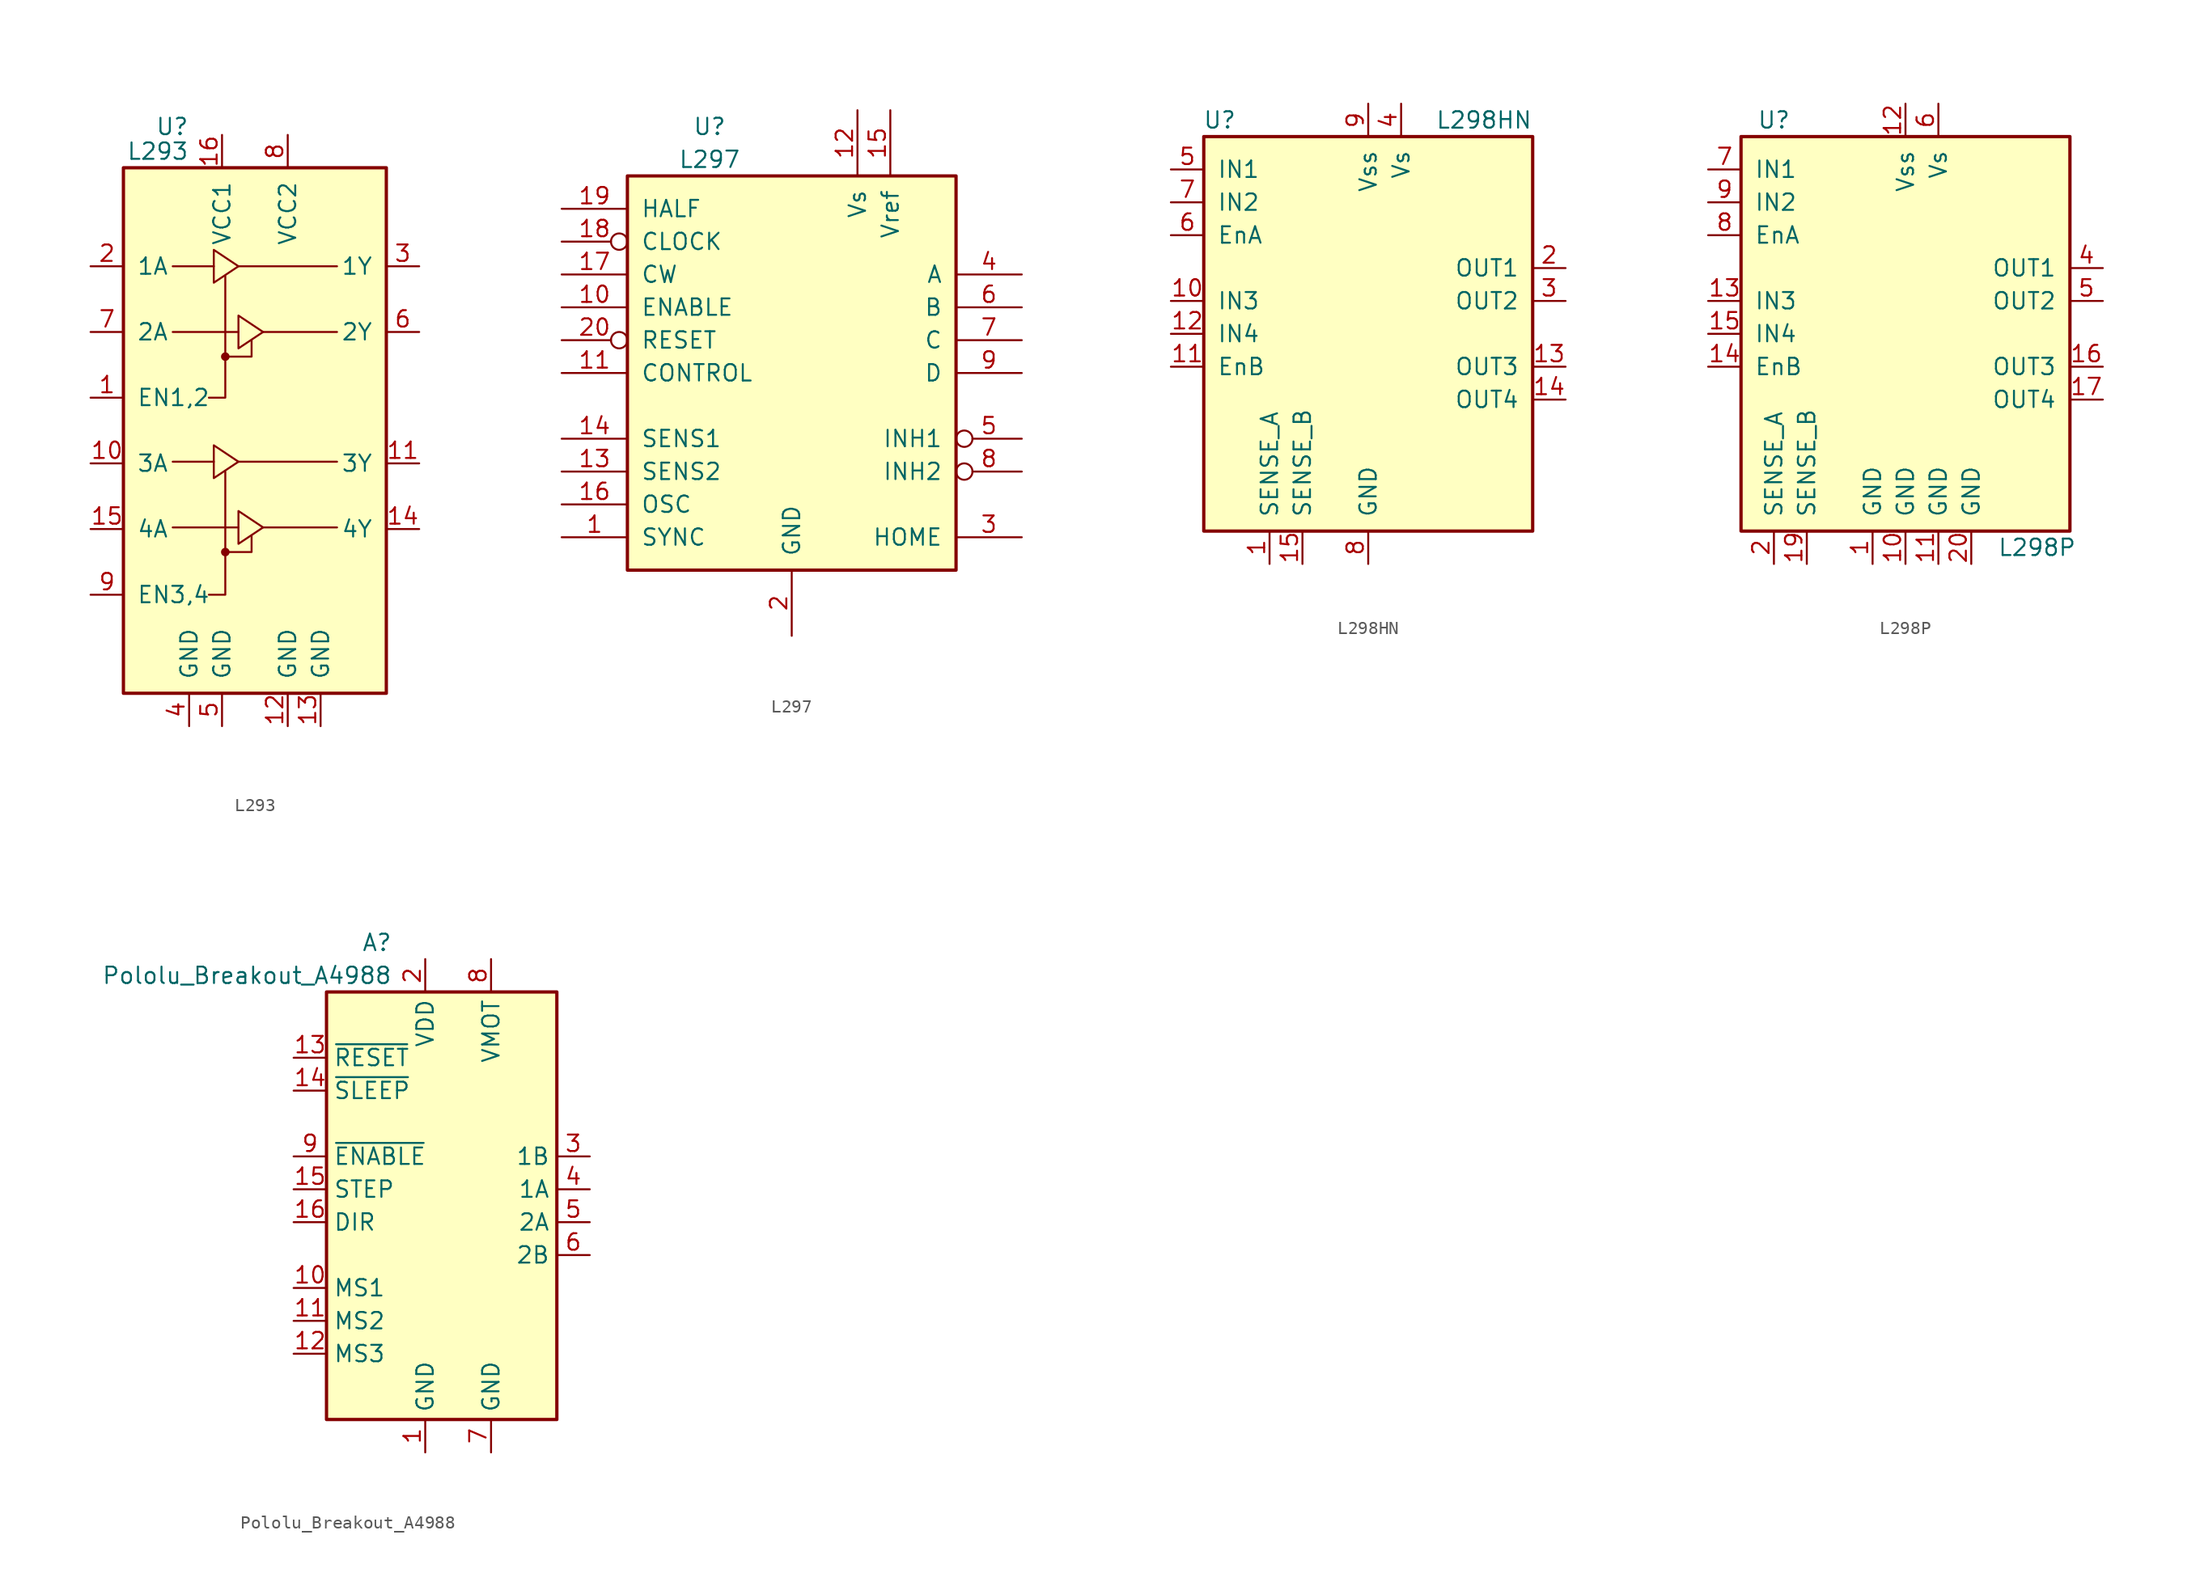
<source format=kicad_sym>
(kicad_symbol_lib
  (version 20211014)
  (generator kicad_symbol_editor)
  (symbol "L293"
    (pin_names
      (offset 1.016))
    (property "Reference" "U"
      (at -5.08 26.035 0)
      (effects (font (size 1.27 1.27)) (justify right)))
    (property "Value" "L293"
      (at -5.08 24.13 0)
      (effects (font (size 1.27 1.27)) (justify right)))
    (symbol "L293_0_1"
      (rectangle (start -10.16 22.86) (end 10.16 -17.78) (stroke (width 0.254) (type default) (color 0 0 0 0)) (fill (type background)))
      (circle (center -2.286 -6.858) (radius 0.254) (stroke (width 0) (type default) (color 0 0 0 0)) (fill (type outline)))
      (circle (center -2.286 8.255) (radius 0.254) (stroke (width 0) (type default) (color 0 0 0 0)) (fill (type outline)))
      (polyline (pts (xy -6.35 -4.953) (xy -1.27 -4.953)) (stroke (width 0) (type default) (color 0 0 0 0)) (fill (type none)))
      (polyline (pts (xy -6.35 0.127) (xy -3.175 0.127)) (stroke (width 0) (type default) (color 0 0 0 0)) (fill (type none)))
      (polyline (pts (xy -6.35 10.16) (xy -1.27 10.16)) (stroke (width 0) (type default) (color 0 0 0 0)) (fill (type none)))
      (polyline (pts (xy -6.35 15.24) (xy -3.175 15.24)) (stroke (width 0) (type default) (color 0 0 0 0)) (fill (type none)))
      (polyline (pts (xy -1.27 0.127) (xy 6.35 0.127)) (stroke (width 0) (type default) (color 0 0 0 0)) (fill (type none)))
      (polyline (pts (xy -1.27 15.24) (xy 6.35 15.24)) (stroke (width 0) (type default) (color 0 0 0 0)) (fill (type none)))
      (polyline (pts (xy 0.635 -4.953) (xy 6.35 -4.953)) (stroke (width 0) (type default) (color 0 0 0 0)) (fill (type none)))
      (polyline (pts (xy 0.635 10.16) (xy 6.35 10.16)) (stroke (width 0) (type default) (color 0 0 0 0)) (fill (type none)))
      (polyline (pts (xy -2.286 -6.858) (xy -0.254 -6.858) (xy -0.254 -5.588)) (stroke (width 0) (type default) (color 0 0 0 0)) (fill (type none)))
      (polyline (pts (xy -2.286 -0.635) (xy -2.286 -10.16) (xy -3.556 -10.16)) (stroke (width 0) (type default) (color 0 0 0 0)) (fill (type none)))
      (polyline (pts (xy -2.286 8.255) (xy -0.254 8.255) (xy -0.254 9.525)) (stroke (width 0) (type default) (color 0 0 0 0)) (fill (type none)))
      (polyline (pts (xy -2.286 14.478) (xy -2.286 5.08) (xy -3.556 5.08)) (stroke (width 0) (type default) (color 0 0 0 0)) (fill (type none)))
      (polyline (pts (xy -3.175 1.397) (xy -3.175 -1.143) (xy -1.27 0.127) (xy -3.175 1.397)) (stroke (width 0) (type default) (color 0 0 0 0)) (fill (type none)))
      (polyline (pts (xy -3.175 16.51) (xy -3.175 13.97) (xy -1.27 15.24) (xy -3.175 16.51)) (stroke (width 0) (type default) (color 0 0 0 0)) (fill (type none)))
      (polyline (pts (xy -1.27 -3.683) (xy -1.27 -6.223) (xy 0.635 -4.953) (xy -1.27 -3.683)) (stroke (width 0) (type default) (color 0 0 0 0)) (fill (type none)))
      (polyline (pts (xy -1.27 11.43) (xy -1.27 8.89) (xy 0.635 10.16) (xy -1.27 11.43)) (stroke (width 0) (type default) (color 0 0 0 0)) (fill (type none))))
    (symbol "L293_1_1"
      (pin input line (at -12.7 5.08 0) (length 2.54) (name "EN1,2" (effects (font (size 1.27 1.27)))) (number "1" (effects (font (size 1.27 1.27)))))
      (pin input line (at -12.7 0 0) (length 2.54) (name "3A" (effects (font (size 1.27 1.27)))) (number "10" (effects (font (size 1.27 1.27)))))
      (pin output line (at 12.7 0 180) (length 2.54) (name "3Y" (effects (font (size 1.27 1.27)))) (number "11" (effects (font (size 1.27 1.27)))))
      (pin power_in line (at 2.54 -20.32 90) (length 2.54) (name "GND" (effects (font (size 1.27 1.27)))) (number "12" (effects (font (size 1.27 1.27)))))
      (pin power_in line (at 5.08 -20.32 90) (length 2.54) (name "GND" (effects (font (size 1.27 1.27)))) (number "13" (effects (font (size 1.27 1.27)))))
      (pin output line (at 12.7 -5.08 180) (length 2.54) (name "4Y" (effects (font (size 1.27 1.27)))) (number "14" (effects (font (size 1.27 1.27)))))
      (pin input line (at -12.7 -5.08 0) (length 2.54) (name "4A" (effects (font (size 1.27 1.27)))) (number "15" (effects (font (size 1.27 1.27)))))
      (pin power_in line (at -2.54 25.4 270) (length 2.54) (name "VCC1" (effects (font (size 1.27 1.27)))) (number "16" (effects (font (size 1.27 1.27)))))
      (pin input line (at -12.7 15.24 0) (length 2.54) (name "1A" (effects (font (size 1.27 1.27)))) (number "2" (effects (font (size 1.27 1.27)))))
      (pin output line (at 12.7 15.24 180) (length 2.54) (name "1Y" (effects (font (size 1.27 1.27)))) (number "3" (effects (font (size 1.27 1.27)))))
      (pin power_in line (at -5.08 -20.32 90) (length 2.54) (name "GND" (effects (font (size 1.27 1.27)))) (number "4" (effects (font (size 1.27 1.27)))))
      (pin power_in line (at -2.54 -20.32 90) (length 2.54) (name "GND" (effects (font (size 1.27 1.27)))) (number "5" (effects (font (size 1.27 1.27)))))
      (pin output line (at 12.7 10.16 180) (length 2.54) (name "2Y" (effects (font (size 1.27 1.27)))) (number "6" (effects (font (size 1.27 1.27)))))
      (pin input line (at -12.7 10.16 0) (length 2.54) (name "2A" (effects (font (size 1.27 1.27)))) (number "7" (effects (font (size 1.27 1.27)))))
      (pin power_in line (at 2.54 25.4 270) (length 2.54) (name "VCC2" (effects (font (size 1.27 1.27)))) (number "8" (effects (font (size 1.27 1.27)))))
      (pin input line (at -12.7 -10.16 0) (length 2.54) (name "EN3,4" (effects (font (size 1.27 1.27)))) (number "9" (effects (font (size 1.27 1.27)))))))
  (symbol "L297"
    (pin_names
      (offset 1.016))
    (property "Reference" "U"
      (at -6.35 19.05 0)
      (effects (font (size 1.27 1.27))))
    (property "Value" "L297"
      (at -6.35 16.51 0)
      (effects (font (size 1.27 1.27))))
    (symbol "L297_0_1"
      (rectangle (start -12.7 15.24) (end 12.7 -15.24) (stroke (width 0.254) (type default) (color 0 0 0 0)) (fill (type background))))
    (symbol "L297_1_0"
      (pin input line (at -17.78 0 0) (length 5.08) (name "CONTROL" (effects (font (size 1.27 1.27)))) (number "11" (effects (font (size 1.27 1.27)))))
      (pin power_in line (at 5.08 20.32 270) (length 5.08) (name "Vs" (effects (font (size 1.27 1.27)))) (number "12" (effects (font (size 1.27 1.27)))))
      (pin input line (at -17.78 -7.62 0) (length 5.08) (name "SENS2" (effects (font (size 1.27 1.27)))) (number "13" (effects (font (size 1.27 1.27)))))
      (pin input line (at -17.78 -5.08 0) (length 5.08) (name "SENS1" (effects (font (size 1.27 1.27)))) (number "14" (effects (font (size 1.27 1.27)))))
      (pin input line (at 7.62 20.32 270) (length 5.08) (name "Vref" (effects (font (size 1.27 1.27)))) (number "15" (effects (font (size 1.27 1.27)))))
      (pin input line (at -17.78 -10.16 0) (length 5.08) (name "OSC" (effects (font (size 1.27 1.27)))) (number "16" (effects (font (size 1.27 1.27)))))
      (pin input line (at -17.78 7.62 0) (length 5.08) (name "CW" (effects (font (size 1.27 1.27)))) (number "17" (effects (font (size 1.27 1.27)))))
      (pin input inverted (at -17.78 10.16 0) (length 5.08) (name "CLOCK" (effects (font (size 1.27 1.27)))) (number "18" (effects (font (size 1.27 1.27)))))
      (pin input line (at -17.78 12.7 0) (length 5.08) (name "HALF" (effects (font (size 1.27 1.27)))) (number "19" (effects (font (size 1.27 1.27)))))
      (pin input inverted (at -17.78 2.54 0) (length 5.08) (name "RESET" (effects (font (size 1.27 1.27)))) (number "20" (effects (font (size 1.27 1.27))))))
    (symbol "L297_1_1"
      (pin bidirectional line (at -17.78 -12.7 0) (length 5.08) (name "SYNC" (effects (font (size 1.27 1.27)))) (number "1" (effects (font (size 1.27 1.27)))))
      (pin input line (at -17.78 5.08 0) (length 5.08) (name "ENABLE" (effects (font (size 1.27 1.27)))) (number "10" (effects (font (size 1.27 1.27)))))
      (pin power_in line (at 0 -20.32 90) (length 5.08) (name "GND" (effects (font (size 1.27 1.27)))) (number "2" (effects (font (size 1.27 1.27)))))
      (pin open_collector line (at 17.78 -12.7 180) (length 5.08) (name "HOME" (effects (font (size 1.27 1.27)))) (number "3" (effects (font (size 1.27 1.27)))))
      (pin output line (at 17.78 7.62 180) (length 5.08) (name "A" (effects (font (size 1.27 1.27)))) (number "4" (effects (font (size 1.27 1.27)))))
      (pin output inverted (at 17.78 -5.08 180) (length 5.08) (name "INH1" (effects (font (size 1.27 1.27)))) (number "5" (effects (font (size 1.27 1.27)))))
      (pin output line (at 17.78 5.08 180) (length 5.08) (name "B" (effects (font (size 1.27 1.27)))) (number "6" (effects (font (size 1.27 1.27)))))
      (pin output line (at 17.78 2.54 180) (length 5.08) (name "C" (effects (font (size 1.27 1.27)))) (number "7" (effects (font (size 1.27 1.27)))))
      (pin output inverted (at 17.78 -7.62 180) (length 5.08) (name "INH2" (effects (font (size 1.27 1.27)))) (number "8" (effects (font (size 1.27 1.27)))))
      (pin output line (at 17.78 0 180) (length 5.08) (name "D" (effects (font (size 1.27 1.27)))) (number "9" (effects (font (size 1.27 1.27)))))))
  (symbol "L298HN"
    (pin_names
      (offset 1.016))
    (property "Reference" "U"
      (at -10.16 16.51 0)
      (effects (font (size 1.27 1.27)) (justify right)))
    (property "Value" "L298HN"
      (at 12.7 16.51 0)
      (effects (font (size 1.27 1.27)) (justify right)))
    (symbol "L298HN_0_1"
      (rectangle (start -12.7 15.24) (end 12.7 -15.24) (stroke (width 0.254) (type default) (color 0 0 0 0)) (fill (type background))))
    (symbol "L298HN_1_1"
      (pin power_in line (at -7.62 -17.78 90) (length 2.54) (name "SENSE_A" (effects (font (size 1.27 1.27)))) (number "1" (effects (font (size 1.27 1.27)))))
      (pin input line (at -15.24 2.54 0) (length 2.54) (name "IN3" (effects (font (size 1.27 1.27)))) (number "10" (effects (font (size 1.27 1.27)))))
      (pin input line (at -15.24 -2.54 0) (length 2.54) (name "EnB" (effects (font (size 1.27 1.27)))) (number "11" (effects (font (size 1.27 1.27)))))
      (pin input line (at -15.24 0 0) (length 2.54) (name "IN4" (effects (font (size 1.27 1.27)))) (number "12" (effects (font (size 1.27 1.27)))))
      (pin output line (at 15.24 -2.54 180) (length 2.54) (name "OUT3" (effects (font (size 1.27 1.27)))) (number "13" (effects (font (size 1.27 1.27)))))
      (pin output line (at 15.24 -5.08 180) (length 2.54) (name "OUT4" (effects (font (size 1.27 1.27)))) (number "14" (effects (font (size 1.27 1.27)))))
      (pin power_in line (at -5.08 -17.78 90) (length 2.54) (name "SENSE_B" (effects (font (size 1.27 1.27)))) (number "15" (effects (font (size 1.27 1.27)))))
      (pin output line (at 15.24 5.08 180) (length 2.54) (name "OUT1" (effects (font (size 1.27 1.27)))) (number "2" (effects (font (size 1.27 1.27)))))
      (pin output line (at 15.24 2.54 180) (length 2.54) (name "OUT2" (effects (font (size 1.27 1.27)))) (number "3" (effects (font (size 1.27 1.27)))))
      (pin power_in line (at 2.54 17.78 270) (length 2.54) (name "Vs" (effects (font (size 1.27 1.27)))) (number "4" (effects (font (size 1.27 1.27)))))
      (pin input line (at -15.24 12.7 0) (length 2.54) (name "IN1" (effects (font (size 1.27 1.27)))) (number "5" (effects (font (size 1.27 1.27)))))
      (pin input line (at -15.24 7.62 0) (length 2.54) (name "EnA" (effects (font (size 1.27 1.27)))) (number "6" (effects (font (size 1.27 1.27)))))
      (pin input line (at -15.24 10.16 0) (length 2.54) (name "IN2" (effects (font (size 1.27 1.27)))) (number "7" (effects (font (size 1.27 1.27)))))
      (pin power_in line (at 0 -17.78 90) (length 2.54) (name "GND" (effects (font (size 1.27 1.27)))) (number "8" (effects (font (size 1.27 1.27)))))
      (pin power_in line (at 0 17.78 270) (length 2.54) (name "Vss" (effects (font (size 1.27 1.27)))) (number "9" (effects (font (size 1.27 1.27)))))))
  (symbol "L298P"
    (pin_names
      (offset 1.016))
    (property "Reference" "U"
      (at -10.16 16.51 0)
      (effects (font (size 1.27 1.27))))
    (property "Value" "L298P"
      (at 10.16 -16.51 0)
      (effects (font (size 1.27 1.27))))
    (symbol "L298P_0_1"
      (rectangle (start -12.7 15.24) (end 12.7 -15.24) (stroke (width 0.254) (type default) (color 0 0 0 0)) (fill (type background))))
    (symbol "L298P_1_1"
      (pin power_in line (at -2.54 -17.78 90) (length 2.54) (name "GND" (effects (font (size 1.27 1.27)))) (number "1" (effects (font (size 1.27 1.27)))))
      (pin power_in line (at 0 -17.78 90) (length 2.54) (name "GND" (effects (font (size 1.27 1.27)))) (number "10" (effects (font (size 1.27 1.27)))))
      (pin power_in line (at 2.54 -17.78 90) (length 2.54) (name "GND" (effects (font (size 1.27 1.27)))) (number "11" (effects (font (size 1.27 1.27)))))
      (pin power_in line (at 0 17.78 270) (length 2.54) (name "Vss" (effects (font (size 1.27 1.27)))) (number "12" (effects (font (size 1.27 1.27)))))
      (pin input line (at -15.24 2.54 0) (length 2.54) (name "IN3" (effects (font (size 1.27 1.27)))) (number "13" (effects (font (size 1.27 1.27)))))
      (pin input line (at -15.24 -2.54 0) (length 2.54) (name "EnB" (effects (font (size 1.27 1.27)))) (number "14" (effects (font (size 1.27 1.27)))))
      (pin input line (at -15.24 0 0) (length 2.54) (name "IN4" (effects (font (size 1.27 1.27)))) (number "15" (effects (font (size 1.27 1.27)))))
      (pin output line (at 15.24 -2.54 180) (length 2.54) (name "OUT3" (effects (font (size 1.27 1.27)))) (number "16" (effects (font (size 1.27 1.27)))))
      (pin output line (at 15.24 -5.08 180) (length 2.54) (name "OUT4" (effects (font (size 1.27 1.27)))) (number "17" (effects (font (size 1.27 1.27)))))
      (pin no_connect line (at 15.24 10.16 180) (length 2.54) hide (name "NC" (effects (font (size 1.27 1.27)))) (number "18" (effects (font (size 1.27 1.27)))))
      (pin power_in line (at -7.62 -17.78 90) (length 2.54) (name "SENSE_B" (effects (font (size 1.27 1.27)))) (number "19" (effects (font (size 1.27 1.27)))))
      (pin power_in line (at -10.16 -17.78 90) (length 2.54) (name "SENSE_A" (effects (font (size 1.27 1.27)))) (number "2" (effects (font (size 1.27 1.27)))))
      (pin power_in line (at 5.08 -17.78 90) (length 2.54) (name "GND" (effects (font (size 1.27 1.27)))) (number "20" (effects (font (size 1.27 1.27)))))
      (pin no_connect line (at 15.24 12.7 180) (length 2.54) hide (name "NC" (effects (font (size 1.27 1.27)))) (number "3" (effects (font (size 1.27 1.27)))))
      (pin output line (at 15.24 5.08 180) (length 2.54) (name "OUT1" (effects (font (size 1.27 1.27)))) (number "4" (effects (font (size 1.27 1.27)))))
      (pin output line (at 15.24 2.54 180) (length 2.54) (name "OUT2" (effects (font (size 1.27 1.27)))) (number "5" (effects (font (size 1.27 1.27)))))
      (pin power_in line (at 2.54 17.78 270) (length 2.54) (name "Vs" (effects (font (size 1.27 1.27)))) (number "6" (effects (font (size 1.27 1.27)))))
      (pin input line (at -15.24 12.7 0) (length 2.54) (name "IN1" (effects (font (size 1.27 1.27)))) (number "7" (effects (font (size 1.27 1.27)))))
      (pin input line (at -15.24 7.62 0) (length 2.54) (name "EnA" (effects (font (size 1.27 1.27)))) (number "8" (effects (font (size 1.27 1.27)))))
      (pin input line (at -15.24 10.16 0) (length 2.54) (name "IN2" (effects (font (size 1.27 1.27)))) (number "9" (effects (font (size 1.27 1.27)))))))
  (symbol "Pololu_Breakout_A4988"
    (property "Reference" "A"
      (at -2.54 19.05 0)
      (effects (font (size 1.27 1.27)) (justify right)))
    (property "Value" "Pololu_Breakout_A4988"
      (at -2.54 16.51 0)
      (effects (font (size 1.27 1.27)) (justify right)))
    (symbol "Pololu_Breakout_A4988_0_1"
      (rectangle (start 10.16 -17.78) (end -7.62 15.24) (stroke (width 0.254) (type default) (color 0 0 0 0)) (fill (type background))))
    (symbol "Pololu_Breakout_A4988_1_1"
      (pin power_in line (at 0 -20.32 90) (length 2.54) (name "GND" (effects (font (size 1.27 1.27)))) (number "1" (effects (font (size 1.27 1.27)))))
      (pin input line (at -10.16 -7.62 0) (length 2.54) (name "MS1" (effects (font (size 1.27 1.27)))) (number "10" (effects (font (size 1.27 1.27)))))
      (pin input line (at -10.16 -10.16 0) (length 2.54) (name "MS2" (effects (font (size 1.27 1.27)))) (number "11" (effects (font (size 1.27 1.27)))))
      (pin input line (at -10.16 -12.7 0) (length 2.54) (name "MS3" (effects (font (size 1.27 1.27)))) (number "12" (effects (font (size 1.27 1.27)))))
      (pin input line (at -10.16 10.16 0) (length 2.54) (name "~{RESET}" (effects (font (size 1.27 1.27)))) (number "13" (effects (font (size 1.27 1.27)))))
      (pin input line (at -10.16 7.62 0) (length 2.54) (name "~{SLEEP}" (effects (font (size 1.27 1.27)))) (number "14" (effects (font (size 1.27 1.27)))))
      (pin input line (at -10.16 0 0) (length 2.54) (name "STEP" (effects (font (size 1.27 1.27)))) (number "15" (effects (font (size 1.27 1.27)))))
      (pin input line (at -10.16 -2.54 0) (length 2.54) (name "DIR" (effects (font (size 1.27 1.27)))) (number "16" (effects (font (size 1.27 1.27)))))
      (pin power_in line (at 0 17.78 270) (length 2.54) (name "VDD" (effects (font (size 1.27 1.27)))) (number "2" (effects (font (size 1.27 1.27)))))
      (pin output line (at 12.7 2.54 180) (length 2.54) (name "1B" (effects (font (size 1.27 1.27)))) (number "3" (effects (font (size 1.27 1.27)))))
      (pin output line (at 12.7 0 180) (length 2.54) (name "1A" (effects (font (size 1.27 1.27)))) (number "4" (effects (font (size 1.27 1.27)))))
      (pin output line (at 12.7 -2.54 180) (length 2.54) (name "2A" (effects (font (size 1.27 1.27)))) (number "5" (effects (font (size 1.27 1.27)))))
      (pin output line (at 12.7 -5.08 180) (length 2.54) (name "2B" (effects (font (size 1.27 1.27)))) (number "6" (effects (font (size 1.27 1.27)))))
      (pin power_in line (at 5.08 -20.32 90) (length 2.54) (name "GND" (effects (font (size 1.27 1.27)))) (number "7" (effects (font (size 1.27 1.27)))))
      (pin power_in line (at 5.08 17.78 270) (length 2.54) (name "VMOT" (effects (font (size 1.27 1.27)))) (number "8" (effects (font (size 1.27 1.27)))))
      (pin input line (at -10.16 2.54 0) (length 2.54) (name "~{ENABLE}" (effects (font (size 1.27 1.27)))) (number "9" (effects (font (size 1.27 1.27))))))))
</source>
